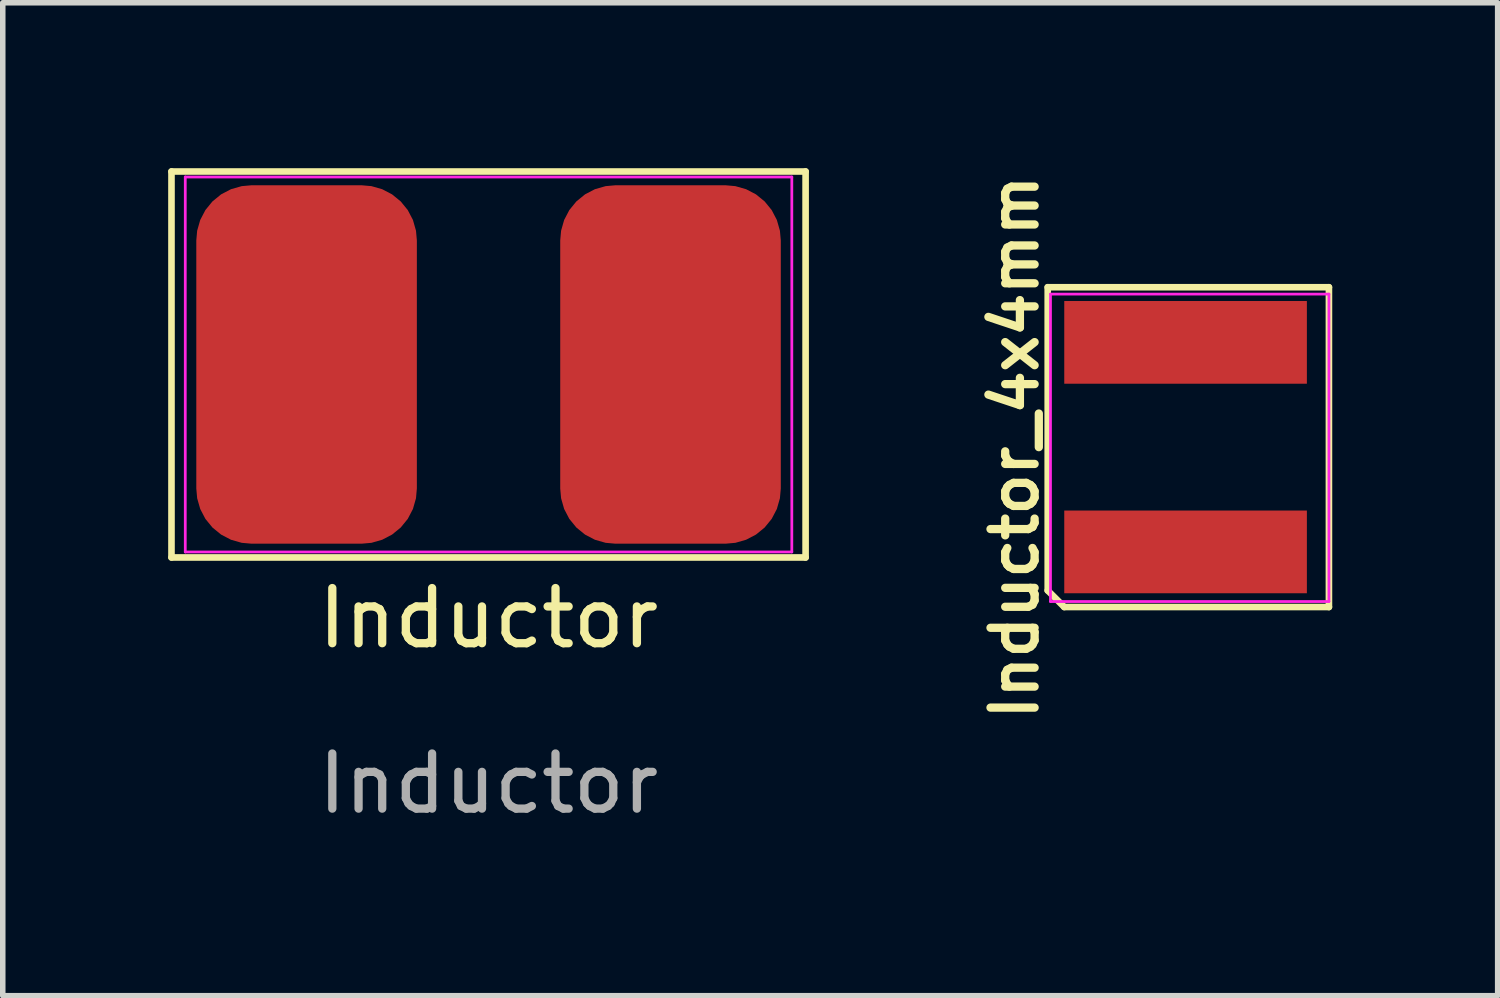
<source format=kicad_pcb>
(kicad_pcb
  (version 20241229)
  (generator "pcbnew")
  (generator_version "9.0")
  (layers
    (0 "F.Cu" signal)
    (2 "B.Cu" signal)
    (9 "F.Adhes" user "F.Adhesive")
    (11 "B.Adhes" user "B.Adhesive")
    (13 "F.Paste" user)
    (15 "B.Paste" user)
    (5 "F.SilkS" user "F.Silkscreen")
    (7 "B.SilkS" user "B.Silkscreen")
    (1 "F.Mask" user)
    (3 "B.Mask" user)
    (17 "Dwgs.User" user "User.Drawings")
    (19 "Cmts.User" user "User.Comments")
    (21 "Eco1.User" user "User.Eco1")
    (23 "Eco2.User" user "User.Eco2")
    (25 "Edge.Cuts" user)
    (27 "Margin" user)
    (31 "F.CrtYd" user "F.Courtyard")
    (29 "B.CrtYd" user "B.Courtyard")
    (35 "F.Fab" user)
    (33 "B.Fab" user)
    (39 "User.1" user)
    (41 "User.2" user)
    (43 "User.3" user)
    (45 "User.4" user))
  (footprint "Inductor"
    (layer "F.Cu")
    (at 5.81 3.56)
    (property "Reference" "Inductor" (at 0 4.6 0) (unlocked yes) (layer "F.SilkS") (effects (font (size 1 1) (thickness 0.15))))
    (attr smd)
    (fp_line (start -5.75 -3.5) (end -5.75 3.5) (stroke (width 0.12) (type default)) (layer "F.SilkS"))
    (fp_line (start -5.75 -3.5) (end 5.75 -3.5) (stroke (width 0.12) (type default)) (layer "F.SilkS"))
    (fp_line (start -5.75 3.5) (end 5.75 3.5) (stroke (width 0.12) (type default)) (layer "F.SilkS"))
    (fp_line (start 5.75 -3.5) (end 5.75 3.5) (stroke (width 0.12) (type default)) (layer "F.SilkS"))
    (fp_line (start -5.5 -3.4) (end -5.5 3.4) (stroke (width 0.05) (type default)) (layer "F.CrtYd"))
    (fp_line (start -5.5 3.4) (end 5.5 3.4) (stroke (width 0.05) (type default)) (layer "F.CrtYd"))
    (fp_line (start 5.5 -3.4) (end -5.5 -3.4) (stroke (width 0.05) (type default)) (layer "F.CrtYd"))
    (fp_line (start 5.5 3.4) (end 5.5 -3.4) (stroke (width 0.05) (type default)) (layer "F.CrtYd"))
    (fp_text user "${REFERENCE}" (at 0 7.6 0) (unlocked yes) (layer "F.Fab") (effects (font (size 1 1) (thickness 0.15))))
    (pad "1" smd roundrect (at -3.3 0) (size 4 6.5) (layers "F.Cu" "F.Mask" "F.Paste") (roundrect_rratio 0.25))
    (pad "2" smd roundrect (at 3.3 0) (size 4 6.5) (layers "F.Cu" "F.Mask" "F.Paste") (roundrect_rratio 0.25)))
  (footprint "Inductor_4x4mm"
    (layer "F.Cu")
    (at 18.451 5.059)
    (property "Reference" "Inductor_4x4mm" (at -3.1 0 90) (layer "F.SilkS") (effects (font (size 0.8 0.8) (thickness 0.15))))
    (attr smd)
    (fp_line (start -2.5 -2.9) (end 2.6 -2.9) (stroke (width 0.12) (type default)) (layer "F.SilkS"))
    (fp_line (start -2.5 2.6) (end -2.5 -2.9) (stroke (width 0.12) (type default)) (layer "F.SilkS"))
    (fp_line (start -2.2 2.9) (end -2.5 2.6) (stroke (width 0.12) (type default)) (layer "F.SilkS"))
    (fp_line (start 2.6 -2.9) (end 2.6 2.9) (stroke (width 0.12) (type default)) (layer "F.SilkS"))
    (fp_line (start 2.6 2.9) (end -2.2 2.9) (stroke (width 0.12) (type default)) (layer "F.SilkS"))
    (fp_line (start -2.45 -2.775) (end 2.6 -2.775) (stroke (width 0.05) (type default)) (layer "F.CrtYd"))
    (fp_line (start -2.45 2.8) (end -2.45 -2.775) (stroke (width 0.05) (type default)) (layer "F.CrtYd"))
    (fp_line (start 2.6 -2.775) (end 2.6 2.8) (stroke (width 0.05) (type default)) (layer "F.CrtYd"))
    (fp_line (start 2.6 2.8) (end -2.45 2.8) (stroke (width 0.05) (type default)) (layer "F.CrtYd"))
    (pad "1" smd rect (at 0 1.9) (size 4.4 1.5) (layers "F.Cu" "F.Mask" "F.Paste"))
    (pad "2" smd rect (at 0 -1.9) (size 4.4 1.5) (layers "F.Cu" "F.Mask" "F.Paste")))
  (gr_rect
    (start -3 -3)
    (end 24.111 15.008)
    (stroke (width 0.1) (type default))
    (fill no)
    (layer "Edge.Cuts")))
</source>
